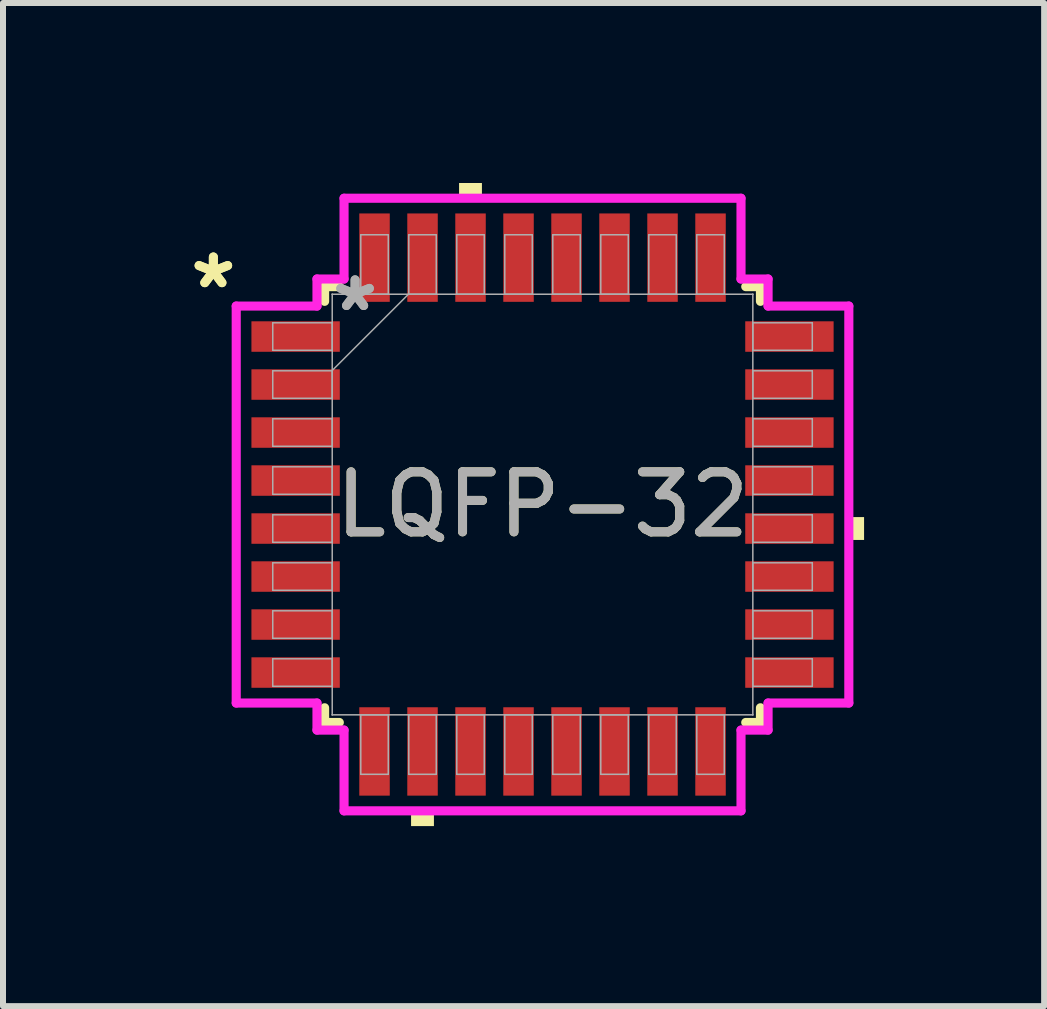
<source format=kicad_pcb>
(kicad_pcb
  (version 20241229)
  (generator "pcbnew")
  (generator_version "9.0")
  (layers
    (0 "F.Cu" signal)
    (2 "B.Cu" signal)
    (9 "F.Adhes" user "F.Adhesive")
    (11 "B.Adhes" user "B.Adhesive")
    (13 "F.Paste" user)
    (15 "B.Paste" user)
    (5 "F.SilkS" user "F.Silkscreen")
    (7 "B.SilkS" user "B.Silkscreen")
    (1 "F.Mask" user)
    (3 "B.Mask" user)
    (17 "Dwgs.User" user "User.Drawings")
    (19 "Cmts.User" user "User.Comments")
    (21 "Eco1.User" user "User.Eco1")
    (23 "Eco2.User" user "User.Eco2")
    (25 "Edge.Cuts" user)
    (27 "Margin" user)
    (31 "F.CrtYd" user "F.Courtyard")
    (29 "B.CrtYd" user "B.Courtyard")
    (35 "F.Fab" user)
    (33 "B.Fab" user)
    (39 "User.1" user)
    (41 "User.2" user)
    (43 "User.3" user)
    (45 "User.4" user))
  (footprint "LQFP-32"
    (layer "F.Cu")
    (at 5.992 5.359)
    (property "Reference" "LQFP-32" (at 0 0 0) (unlocked yes) (layer "F.SilkS") (effects (font (size 1 1) (thickness 0.15))))
    (attr smd)
    (fp_line (start -3.632 -3.632) (end -3.632 -3.387) (stroke (width 0.152) (type solid)) (layer "F.SilkS"))
    (fp_line (start -3.632 3.387) (end -3.632 3.632) (stroke (width 0.152) (type solid)) (layer "F.SilkS"))
    (fp_line (start -3.632 3.632) (end -3.387 3.632) (stroke (width 0.152) (type solid)) (layer "F.SilkS"))
    (fp_line (start -3.387 -3.632) (end -3.632 -3.632) (stroke (width 0.152) (type solid)) (layer "F.SilkS"))
    (fp_line (start 3.387 3.632) (end 3.632 3.632) (stroke (width 0.152) (type solid)) (layer "F.SilkS"))
    (fp_line (start 3.632 -3.632) (end 3.387 -3.632) (stroke (width 0.152) (type solid)) (layer "F.SilkS"))
    (fp_line (start 3.632 -3.387) (end 3.632 -3.632) (stroke (width 0.152) (type solid)) (layer "F.SilkS"))
    (fp_line (start 3.632 3.632) (end 3.632 3.387) (stroke (width 0.152) (type solid)) (layer "F.SilkS"))
    (fp_poly (pts (xy -2.191 5.105) (xy -2.191 5.359) (xy -1.81 5.359) (xy -1.81 5.105)) (stroke (width 0) (type solid)) (fill yes) (layer "F.SilkS"))
    (fp_poly (pts (xy -1.391 -5.105) (xy -1.391 -5.359) (xy -1.01 -5.359) (xy -1.01 -5.105)) (stroke (width 0) (type solid)) (fill yes) (layer "F.SilkS"))
    (fp_poly (pts (xy 5.359 0.209) (xy 5.359 0.59) (xy 5.105 0.59) (xy 5.105 0.209)) (stroke (width 0) (type solid)) (fill yes) (layer "F.SilkS"))
    (fp_line (start -5.105 -3.308) (end -3.759 -3.308) (stroke (width 0.152) (type solid)) (layer "F.CrtYd"))
    (fp_line (start -5.105 3.308) (end -5.105 -3.308) (stroke (width 0.152) (type solid)) (layer "F.CrtYd"))
    (fp_line (start -3.759 -3.759) (end -3.308 -3.759) (stroke (width 0.152) (type solid)) (layer "F.CrtYd"))
    (fp_line (start -3.759 -3.308) (end -3.759 -3.759) (stroke (width 0.152) (type solid)) (layer "F.CrtYd"))
    (fp_line (start -3.759 3.308) (end -5.105 3.308) (stroke (width 0.152) (type solid)) (layer "F.CrtYd"))
    (fp_line (start -3.759 3.759) (end -3.759 3.308) (stroke (width 0.152) (type solid)) (layer "F.CrtYd"))
    (fp_line (start -3.759 3.759) (end -3.308 3.759) (stroke (width 0.152) (type solid)) (layer "F.CrtYd"))
    (fp_line (start -3.308 -5.105) (end 3.308 -5.105) (stroke (width 0.152) (type solid)) (layer "F.CrtYd"))
    (fp_line (start -3.308 -3.759) (end -3.308 -5.105) (stroke (width 0.152) (type solid)) (layer "F.CrtYd"))
    (fp_line (start -3.308 3.759) (end -3.308 5.105) (stroke (width 0.152) (type solid)) (layer "F.CrtYd"))
    (fp_line (start -3.308 5.105) (end 3.308 5.105) (stroke (width 0.152) (type solid)) (layer "F.CrtYd"))
    (fp_line (start 3.308 -5.105) (end 3.308 -3.759) (stroke (width 0.152) (type solid)) (layer "F.CrtYd"))
    (fp_line (start 3.308 -3.759) (end 3.759 -3.759) (stroke (width 0.152) (type solid)) (layer "F.CrtYd"))
    (fp_line (start 3.308 3.759) (end 3.759 3.759) (stroke (width 0.152) (type solid)) (layer "F.CrtYd"))
    (fp_line (start 3.308 5.105) (end 3.308 3.759) (stroke (width 0.152) (type solid)) (layer "F.CrtYd"))
    (fp_line (start 3.759 -3.308) (end 3.759 -3.759) (stroke (width 0.152) (type solid)) (layer "F.CrtYd"))
    (fp_line (start 3.759 3.308) (end 5.105 3.308) (stroke (width 0.152) (type solid)) (layer "F.CrtYd"))
    (fp_line (start 3.759 3.759) (end 3.759 3.308) (stroke (width 0.152) (type solid)) (layer "F.CrtYd"))
    (fp_line (start 5.105 -3.308) (end 3.759 -3.308) (stroke (width 0.152) (type solid)) (layer "F.CrtYd"))
    (fp_line (start 5.105 3.308) (end 5.105 -3.308) (stroke (width 0.152) (type solid)) (layer "F.CrtYd"))
    (fp_line (start -4.496 -3.029) (end -4.496 -2.571) (stroke (width 0.025) (type solid)) (layer "F.Fab"))
    (fp_line (start -4.496 -2.571) (end -3.505 -2.571) (stroke (width 0.025) (type solid)) (layer "F.Fab"))
    (fp_line (start -4.496 -2.229) (end -4.496 -1.771) (stroke (width 0.025) (type solid)) (layer "F.Fab"))
    (fp_line (start -4.496 -1.771) (end -3.505 -1.771) (stroke (width 0.025) (type solid)) (layer "F.Fab"))
    (fp_line (start -4.496 -1.429) (end -4.496 -0.971) (stroke (width 0.025) (type solid)) (layer "F.Fab"))
    (fp_line (start -4.496 -0.971) (end -3.505 -0.971) (stroke (width 0.025) (type solid)) (layer "F.Fab"))
    (fp_line (start -4.496 -0.629) (end -4.496 -0.171) (stroke (width 0.025) (type solid)) (layer "F.Fab"))
    (fp_line (start -4.496 -0.171) (end -3.505 -0.171) (stroke (width 0.025) (type solid)) (layer "F.Fab"))
    (fp_line (start -4.496 0.171) (end -4.496 0.629) (stroke (width 0.025) (type solid)) (layer "F.Fab"))
    (fp_line (start -4.496 0.629) (end -3.505 0.629) (stroke (width 0.025) (type solid)) (layer "F.Fab"))
    (fp_line (start -4.496 0.971) (end -4.496 1.429) (stroke (width 0.025) (type solid)) (layer "F.Fab"))
    (fp_line (start -4.496 1.429) (end -3.505 1.429) (stroke (width 0.025) (type solid)) (layer "F.Fab"))
    (fp_line (start -4.496 1.771) (end -4.496 2.229) (stroke (width 0.025) (type solid)) (layer "F.Fab"))
    (fp_line (start -4.496 2.229) (end -3.505 2.229) (stroke (width 0.025) (type solid)) (layer "F.Fab"))
    (fp_line (start -4.496 2.571) (end -4.496 3.029) (stroke (width 0.025) (type solid)) (layer "F.Fab"))
    (fp_line (start -4.496 3.029) (end -3.505 3.029) (stroke (width 0.025) (type solid)) (layer "F.Fab"))
    (fp_line (start -3.505 -3.505) (end -3.505 -3.505) (stroke (width 0.025) (type solid)) (layer "F.Fab"))
    (fp_line (start -3.505 -3.505) (end -3.505 3.505) (stroke (width 0.025) (type solid)) (layer "F.Fab"))
    (fp_line (start -3.505 -3.029) (end -4.496 -3.029) (stroke (width 0.025) (type solid)) (layer "F.Fab"))
    (fp_line (start -3.505 -2.571) (end -3.505 -3.029) (stroke (width 0.025) (type solid)) (layer "F.Fab"))
    (fp_line (start -3.505 -2.235) (end -2.235 -3.505) (stroke (width 0.025) (type solid)) (layer "F.Fab"))
    (fp_line (start -3.505 -2.229) (end -4.496 -2.229) (stroke (width 0.025) (type solid)) (layer "F.Fab"))
    (fp_line (start -3.505 -1.771) (end -3.505 -2.229) (stroke (width 0.025) (type solid)) (layer "F.Fab"))
    (fp_line (start -3.505 -1.429) (end -4.496 -1.429) (stroke (width 0.025) (type solid)) (layer "F.Fab"))
    (fp_line (start -3.505 -0.971) (end -3.505 -1.429) (stroke (width 0.025) (type solid)) (layer "F.Fab"))
    (fp_line (start -3.505 -0.629) (end -4.496 -0.629) (stroke (width 0.025) (type solid)) (layer "F.Fab"))
    (fp_line (start -3.505 -0.171) (end -3.505 -0.629) (stroke (width 0.025) (type solid)) (layer "F.Fab"))
    (fp_line (start -3.505 0.171) (end -4.496 0.171) (stroke (width 0.025) (type solid)) (layer "F.Fab"))
    (fp_line (start -3.505 0.629) (end -3.505 0.171) (stroke (width 0.025) (type solid)) (layer "F.Fab"))
    (fp_line (start -3.505 0.971) (end -4.496 0.971) (stroke (width 0.025) (type solid)) (layer "F.Fab"))
    (fp_line (start -3.505 1.429) (end -3.505 0.971) (stroke (width 0.025) (type solid)) (layer "F.Fab"))
    (fp_line (start -3.505 1.771) (end -4.496 1.771) (stroke (width 0.025) (type solid)) (layer "F.Fab"))
    (fp_line (start -3.505 2.229) (end -3.505 1.771) (stroke (width 0.025) (type solid)) (layer "F.Fab"))
    (fp_line (start -3.505 2.571) (end -4.496 2.571) (stroke (width 0.025) (type solid)) (layer "F.Fab"))
    (fp_line (start -3.505 3.029) (end -3.505 2.571) (stroke (width 0.025) (type solid)) (layer "F.Fab"))
    (fp_line (start -3.505 3.505) (end -3.505 3.505) (stroke (width 0.025) (type solid)) (layer "F.Fab"))
    (fp_line (start -3.505 3.505) (end 3.505 3.505) (stroke (width 0.025) (type solid)) (layer "F.Fab"))
    (fp_line (start -3.029 -4.496) (end -3.029 -3.505) (stroke (width 0.025) (type solid)) (layer "F.Fab"))
    (fp_line (start -3.029 -3.505) (end -2.571 -3.505) (stroke (width 0.025) (type solid)) (layer "F.Fab"))
    (fp_line (start -3.029 3.505) (end -3.029 4.496) (stroke (width 0.025) (type solid)) (layer "F.Fab"))
    (fp_line (start -3.029 4.496) (end -2.571 4.496) (stroke (width 0.025) (type solid)) (layer "F.Fab"))
    (fp_line (start -2.571 -4.496) (end -3.029 -4.496) (stroke (width 0.025) (type solid)) (layer "F.Fab"))
    (fp_line (start -2.571 -3.505) (end -2.571 -4.496) (stroke (width 0.025) (type solid)) (layer "F.Fab"))
    (fp_line (start -2.571 3.505) (end -3.029 3.505) (stroke (width 0.025) (type solid)) (layer "F.Fab"))
    (fp_line (start -2.571 4.496) (end -2.571 3.505) (stroke (width 0.025) (type solid)) (layer "F.Fab"))
    (fp_line (start -2.229 -4.496) (end -2.229 -3.505) (stroke (width 0.025) (type solid)) (layer "F.Fab"))
    (fp_line (start -2.229 -3.505) (end -1.771 -3.505) (stroke (width 0.025) (type solid)) (layer "F.Fab"))
    (fp_line (start -2.229 3.505) (end -2.229 4.496) (stroke (width 0.025) (type solid)) (layer "F.Fab"))
    (fp_line (start -2.229 4.496) (end -1.771 4.496) (stroke (width 0.025) (type solid)) (layer "F.Fab"))
    (fp_line (start -1.771 -4.496) (end -2.229 -4.496) (stroke (width 0.025) (type solid)) (layer "F.Fab"))
    (fp_line (start -1.771 -3.505) (end -1.771 -4.496) (stroke (width 0.025) (type solid)) (layer "F.Fab"))
    (fp_line (start -1.771 3.505) (end -2.229 3.505) (stroke (width 0.025) (type solid)) (layer "F.Fab"))
    (fp_line (start -1.771 4.496) (end -1.771 3.505) (stroke (width 0.025) (type solid)) (layer "F.Fab"))
    (fp_line (start -1.429 -4.496) (end -1.429 -3.505) (stroke (width 0.025) (type solid)) (layer "F.Fab"))
    (fp_line (start -1.429 -3.505) (end -0.971 -3.505) (stroke (width 0.025) (type solid)) (layer "F.Fab"))
    (fp_line (start -1.429 3.505) (end -1.429 4.496) (stroke (width 0.025) (type solid)) (layer "F.Fab"))
    (fp_line (start -1.429 4.496) (end -0.971 4.496) (stroke (width 0.025) (type solid)) (layer "F.Fab"))
    (fp_line (start -0.971 -4.496) (end -1.429 -4.496) (stroke (width 0.025) (type solid)) (layer "F.Fab"))
    (fp_line (start -0.971 -3.505) (end -0.971 -4.496) (stroke (width 0.025) (type solid)) (layer "F.Fab"))
    (fp_line (start -0.971 3.505) (end -1.429 3.505) (stroke (width 0.025) (type solid)) (layer "F.Fab"))
    (fp_line (start -0.971 4.496) (end -0.971 3.505) (stroke (width 0.025) (type solid)) (layer "F.Fab"))
    (fp_line (start -0.629 -4.496) (end -0.629 -3.505) (stroke (width 0.025) (type solid)) (layer "F.Fab"))
    (fp_line (start -0.629 -3.505) (end -0.171 -3.505) (stroke (width 0.025) (type solid)) (layer "F.Fab"))
    (fp_line (start -0.629 3.505) (end -0.629 4.496) (stroke (width 0.025) (type solid)) (layer "F.Fab"))
    (fp_line (start -0.629 4.496) (end -0.171 4.496) (stroke (width 0.025) (type solid)) (layer "F.Fab"))
    (fp_line (start -0.171 -4.496) (end -0.629 -4.496) (stroke (width 0.025) (type solid)) (layer "F.Fab"))
    (fp_line (start -0.171 -3.505) (end -0.171 -4.496) (stroke (width 0.025) (type solid)) (layer "F.Fab"))
    (fp_line (start -0.171 3.505) (end -0.629 3.505) (stroke (width 0.025) (type solid)) (layer "F.Fab"))
    (fp_line (start -0.171 4.496) (end -0.171 3.505) (stroke (width 0.025) (type solid)) (layer "F.Fab"))
    (fp_line (start 0.171 -4.496) (end 0.171 -3.505) (stroke (width 0.025) (type solid)) (layer "F.Fab"))
    (fp_line (start 0.171 -3.505) (end 0.629 -3.505) (stroke (width 0.025) (type solid)) (layer "F.Fab"))
    (fp_line (start 0.171 3.505) (end 0.171 4.496) (stroke (width 0.025) (type solid)) (layer "F.Fab"))
    (fp_line (start 0.171 4.496) (end 0.629 4.496) (stroke (width 0.025) (type solid)) (layer "F.Fab"))
    (fp_line (start 0.629 -4.496) (end 0.171 -4.496) (stroke (width 0.025) (type solid)) (layer "F.Fab"))
    (fp_line (start 0.629 -3.505) (end 0.629 -4.496) (stroke (width 0.025) (type solid)) (layer "F.Fab"))
    (fp_line (start 0.629 3.505) (end 0.171 3.505) (stroke (width 0.025) (type solid)) (layer "F.Fab"))
    (fp_line (start 0.629 4.496) (end 0.629 3.505) (stroke (width 0.025) (type solid)) (layer "F.Fab"))
    (fp_line (start 0.971 -4.496) (end 0.971 -3.505) (stroke (width 0.025) (type solid)) (layer "F.Fab"))
    (fp_line (start 0.971 -3.505) (end 1.429 -3.505) (stroke (width 0.025) (type solid)) (layer "F.Fab"))
    (fp_line (start 0.971 3.505) (end 0.971 4.496) (stroke (width 0.025) (type solid)) (layer "F.Fab"))
    (fp_line (start 0.971 4.496) (end 1.429 4.496) (stroke (width 0.025) (type solid)) (layer "F.Fab"))
    (fp_line (start 1.429 -4.496) (end 0.971 -4.496) (stroke (width 0.025) (type solid)) (layer "F.Fab"))
    (fp_line (start 1.429 -3.505) (end 1.429 -4.496) (stroke (width 0.025) (type solid)) (layer "F.Fab"))
    (fp_line (start 1.429 3.505) (end 0.971 3.505) (stroke (width 0.025) (type solid)) (layer "F.Fab"))
    (fp_line (start 1.429 4.496) (end 1.429 3.505) (stroke (width 0.025) (type solid)) (layer "F.Fab"))
    (fp_line (start 1.771 -4.496) (end 1.771 -3.505) (stroke (width 0.025) (type solid)) (layer "F.Fab"))
    (fp_line (start 1.771 -3.505) (end 2.229 -3.505) (stroke (width 0.025) (type solid)) (layer "F.Fab"))
    (fp_line (start 1.771 3.505) (end 1.771 4.496) (stroke (width 0.025) (type solid)) (layer "F.Fab"))
    (fp_line (start 1.771 4.496) (end 2.229 4.496) (stroke (width 0.025) (type solid)) (layer "F.Fab"))
    (fp_line (start 2.229 -4.496) (end 1.771 -4.496) (stroke (width 0.025) (type solid)) (layer "F.Fab"))
    (fp_line (start 2.229 -3.505) (end 2.229 -4.496) (stroke (width 0.025) (type solid)) (layer "F.Fab"))
    (fp_line (start 2.229 3.505) (end 1.771 3.505) (stroke (width 0.025) (type solid)) (layer "F.Fab"))
    (fp_line (start 2.229 4.496) (end 2.229 3.505) (stroke (width 0.025) (type solid)) (layer "F.Fab"))
    (fp_line (start 2.571 -4.496) (end 2.571 -3.505) (stroke (width 0.025) (type solid)) (layer "F.Fab"))
    (fp_line (start 2.571 -3.505) (end 3.029 -3.505) (stroke (width 0.025) (type solid)) (layer "F.Fab"))
    (fp_line (start 2.571 3.505) (end 2.571 4.496) (stroke (width 0.025) (type solid)) (layer "F.Fab"))
    (fp_line (start 2.571 4.496) (end 3.029 4.496) (stroke (width 0.025) (type solid)) (layer "F.Fab"))
    (fp_line (start 3.029 -4.496) (end 2.571 -4.496) (stroke (width 0.025) (type solid)) (layer "F.Fab"))
    (fp_line (start 3.029 -3.505) (end 3.029 -4.496) (stroke (width 0.025) (type solid)) (layer "F.Fab"))
    (fp_line (start 3.029 3.505) (end 2.571 3.505) (stroke (width 0.025) (type solid)) (layer "F.Fab"))
    (fp_line (start 3.029 4.496) (end 3.029 3.505) (stroke (width 0.025) (type solid)) (layer "F.Fab"))
    (fp_line (start 3.505 -3.505) (end -3.505 -3.505) (stroke (width 0.025) (type solid)) (layer "F.Fab"))
    (fp_line (start 3.505 -3.505) (end 3.505 -3.505) (stroke (width 0.025) (type solid)) (layer "F.Fab"))
    (fp_line (start 3.505 -3.029) (end 3.505 -2.571) (stroke (width 0.025) (type solid)) (layer "F.Fab"))
    (fp_line (start 3.505 -2.571) (end 4.496 -2.571) (stroke (width 0.025) (type solid)) (layer "F.Fab"))
    (fp_line (start 3.505 -2.229) (end 3.505 -1.771) (stroke (width 0.025) (type solid)) (layer "F.Fab"))
    (fp_line (start 3.505 -1.771) (end 4.496 -1.771) (stroke (width 0.025) (type solid)) (layer "F.Fab"))
    (fp_line (start 3.505 -1.429) (end 3.505 -0.971) (stroke (width 0.025) (type solid)) (layer "F.Fab"))
    (fp_line (start 3.505 -0.971) (end 4.496 -0.971) (stroke (width 0.025) (type solid)) (layer "F.Fab"))
    (fp_line (start 3.505 -0.629) (end 3.505 -0.171) (stroke (width 0.025) (type solid)) (layer "F.Fab"))
    (fp_line (start 3.505 -0.171) (end 4.496 -0.171) (stroke (width 0.025) (type solid)) (layer "F.Fab"))
    (fp_line (start 3.505 0.171) (end 3.505 0.629) (stroke (width 0.025) (type solid)) (layer "F.Fab"))
    (fp_line (start 3.505 0.629) (end 4.496 0.629) (stroke (width 0.025) (type solid)) (layer "F.Fab"))
    (fp_line (start 3.505 0.971) (end 3.505 1.429) (stroke (width 0.025) (type solid)) (layer "F.Fab"))
    (fp_line (start 3.505 1.429) (end 4.496 1.429) (stroke (width 0.025) (type solid)) (layer "F.Fab"))
    (fp_line (start 3.505 1.771) (end 3.505 2.229) (stroke (width 0.025) (type solid)) (layer "F.Fab"))
    (fp_line (start 3.505 2.229) (end 4.496 2.229) (stroke (width 0.025) (type solid)) (layer "F.Fab"))
    (fp_line (start 3.505 2.571) (end 3.505 3.029) (stroke (width 0.025) (type solid)) (layer "F.Fab"))
    (fp_line (start 3.505 3.029) (end 4.496 3.029) (stroke (width 0.025) (type solid)) (layer "F.Fab"))
    (fp_line (start 3.505 3.505) (end 3.505 -3.505) (stroke (width 0.025) (type solid)) (layer "F.Fab"))
    (fp_line (start 3.505 3.505) (end 3.505 3.505) (stroke (width 0.025) (type solid)) (layer "F.Fab"))
    (fp_line (start 4.496 -3.029) (end 3.505 -3.029) (stroke (width 0.025) (type solid)) (layer "F.Fab"))
    (fp_line (start 4.496 -2.571) (end 4.496 -3.029) (stroke (width 0.025) (type solid)) (layer "F.Fab"))
    (fp_line (start 4.496 -2.229) (end 3.505 -2.229) (stroke (width 0.025) (type solid)) (layer "F.Fab"))
    (fp_line (start 4.496 -1.771) (end 4.496 -2.229) (stroke (width 0.025) (type solid)) (layer "F.Fab"))
    (fp_line (start 4.496 -1.429) (end 3.505 -1.429) (stroke (width 0.025) (type solid)) (layer "F.Fab"))
    (fp_line (start 4.496 -0.971) (end 4.496 -1.429) (stroke (width 0.025) (type solid)) (layer "F.Fab"))
    (fp_line (start 4.496 -0.629) (end 3.505 -0.629) (stroke (width 0.025) (type solid)) (layer "F.Fab"))
    (fp_line (start 4.496 -0.171) (end 4.496 -0.629) (stroke (width 0.025) (type solid)) (layer "F.Fab"))
    (fp_line (start 4.496 0.171) (end 3.505 0.171) (stroke (width 0.025) (type solid)) (layer "F.Fab"))
    (fp_line (start 4.496 0.629) (end 4.496 0.171) (stroke (width 0.025) (type solid)) (layer "F.Fab"))
    (fp_line (start 4.496 0.971) (end 3.505 0.971) (stroke (width 0.025) (type solid)) (layer "F.Fab"))
    (fp_line (start 4.496 1.429) (end 4.496 0.971) (stroke (width 0.025) (type solid)) (layer "F.Fab"))
    (fp_line (start 4.496 1.771) (end 3.505 1.771) (stroke (width 0.025) (type solid)) (layer "F.Fab"))
    (fp_line (start 4.496 2.229) (end 4.496 1.771) (stroke (width 0.025) (type solid)) (layer "F.Fab"))
    (fp_line (start 4.496 2.571) (end 3.505 2.571) (stroke (width 0.025) (type solid)) (layer "F.Fab"))
    (fp_line (start 4.496 3.029) (end 4.496 2.571) (stroke (width 0.025) (type solid)) (layer "F.Fab"))
    (fp_text user "*" (at -5.486 -3.581 0) (layer "F.SilkS") (effects (font (size 1 1) (thickness 0.15))))
    (fp_text user "*" (at -5.486 -3.581 0) (unlocked yes) (layer "F.SilkS") (effects (font (size 1 1) (thickness 0.15))))
    (fp_text user "*" (at -3.124 -3.2 0) (unlocked yes) (layer "F.Fab") (effects (font (size 1 1) (thickness 0.15))))
    (fp_text user "${REFERENCE}" (at 0 0 0) (unlocked yes) (layer "F.Fab") (effects (font (size 1 1) (thickness 0.15))))
    (fp_text user "*" (at -3.124 -3.2 0) (layer "F.Fab") (effects (font (size 1 1) (thickness 0.15))))
    (pad "1" smd rect (at -4.115 -2.8 90) (size 0.508 1.473) (layers "F.Cu" "F.Mask" "F.Paste"))
    (pad "2" smd rect (at -4.115 -2 90) (size 0.508 1.473) (layers "F.Cu" "F.Mask" "F.Paste"))
    (pad "3" smd rect (at -4.115 -1.2 90) (size 0.508 1.473) (layers "F.Cu" "F.Mask" "F.Paste"))
    (pad "4" smd rect (at -4.115 -0.4 90) (size 0.508 1.473) (layers "F.Cu" "F.Mask" "F.Paste"))
    (pad "5" smd rect (at -4.115 0.4 90) (size 0.508 1.473) (layers "F.Cu" "F.Mask" "F.Paste"))
    (pad "6" smd rect (at -4.115 1.2 90) (size 0.508 1.473) (layers "F.Cu" "F.Mask" "F.Paste"))
    (pad "7" smd rect (at -4.115 2 90) (size 0.508 1.473) (layers "F.Cu" "F.Mask" "F.Paste"))
    (pad "8" smd rect (at -4.115 2.8 90) (size 0.508 1.473) (layers "F.Cu" "F.Mask" "F.Paste"))
    (pad "9" smd rect (at -2.8 4.115) (size 0.508 1.473) (layers "F.Cu" "F.Mask" "F.Paste"))
    (pad "10" smd rect (at -2 4.115) (size 0.508 1.473) (layers "F.Cu" "F.Mask" "F.Paste"))
    (pad "11" smd rect (at -1.2 4.115) (size 0.508 1.473) (layers "F.Cu" "F.Mask" "F.Paste"))
    (pad "12" smd rect (at -0.4 4.115) (size 0.508 1.473) (layers "F.Cu" "F.Mask" "F.Paste"))
    (pad "13" smd rect (at 0.4 4.115) (size 0.508 1.473) (layers "F.Cu" "F.Mask" "F.Paste"))
    (pad "14" smd rect (at 1.2 4.115) (size 0.508 1.473) (layers "F.Cu" "F.Mask" "F.Paste"))
    (pad "15" smd rect (at 2 4.115) (size 0.508 1.473) (layers "F.Cu" "F.Mask" "F.Paste"))
    (pad "16" smd rect (at 2.8 4.115) (size 0.508 1.473) (layers "F.Cu" "F.Mask" "F.Paste"))
    (pad "17" smd rect (at 4.115 2.8 90) (size 0.508 1.473) (layers "F.Cu" "F.Mask" "F.Paste"))
    (pad "18" smd rect (at 4.115 2 90) (size 0.508 1.473) (layers "F.Cu" "F.Mask" "F.Paste"))
    (pad "19" smd rect (at 4.115 1.2 90) (size 0.508 1.473) (layers "F.Cu" "F.Mask" "F.Paste"))
    (pad "20" smd rect (at 4.115 0.4 90) (size 0.508 1.473) (layers "F.Cu" "F.Mask" "F.Paste"))
    (pad "21" smd rect (at 4.115 -0.4 90) (size 0.508 1.473) (layers "F.Cu" "F.Mask" "F.Paste"))
    (pad "22" smd rect (at 4.115 -1.2 90) (size 0.508 1.473) (layers "F.Cu" "F.Mask" "F.Paste"))
    (pad "23" smd rect (at 4.115 -2 90) (size 0.508 1.473) (layers "F.Cu" "F.Mask" "F.Paste"))
    (pad "24" smd rect (at 4.115 -2.8 90) (size 0.508 1.473) (layers "F.Cu" "F.Mask" "F.Paste"))
    (pad "25" smd rect (at 2.8 -4.115) (size 0.508 1.473) (layers "F.Cu" "F.Mask" "F.Paste"))
    (pad "26" smd rect (at 2 -4.115) (size 0.508 1.473) (layers "F.Cu" "F.Mask" "F.Paste"))
    (pad "27" smd rect (at 1.2 -4.115) (size 0.508 1.473) (layers "F.Cu" "F.Mask" "F.Paste"))
    (pad "28" smd rect (at 0.4 -4.115) (size 0.508 1.473) (layers "F.Cu" "F.Mask" "F.Paste"))
    (pad "29" smd rect (at -0.4 -4.115) (size 0.508 1.473) (layers "F.Cu" "F.Mask" "F.Paste"))
    (pad "30" smd rect (at -1.2 -4.115) (size 0.508 1.473) (layers "F.Cu" "F.Mask" "F.Paste"))
    (pad "31" smd rect (at -2 -4.115) (size 0.508 1.473) (layers "F.Cu" "F.Mask" "F.Paste"))
    (pad "32" smd rect (at -2.8 -4.115) (size 0.508 1.473) (layers "F.Cu" "F.Mask" "F.Paste")))
  (gr_rect
    (start -3 -3)
    (end 14.352 13.719)
    (stroke (width 0.1) (type default))
    (fill no)
    (layer "Edge.Cuts")))
</source>
